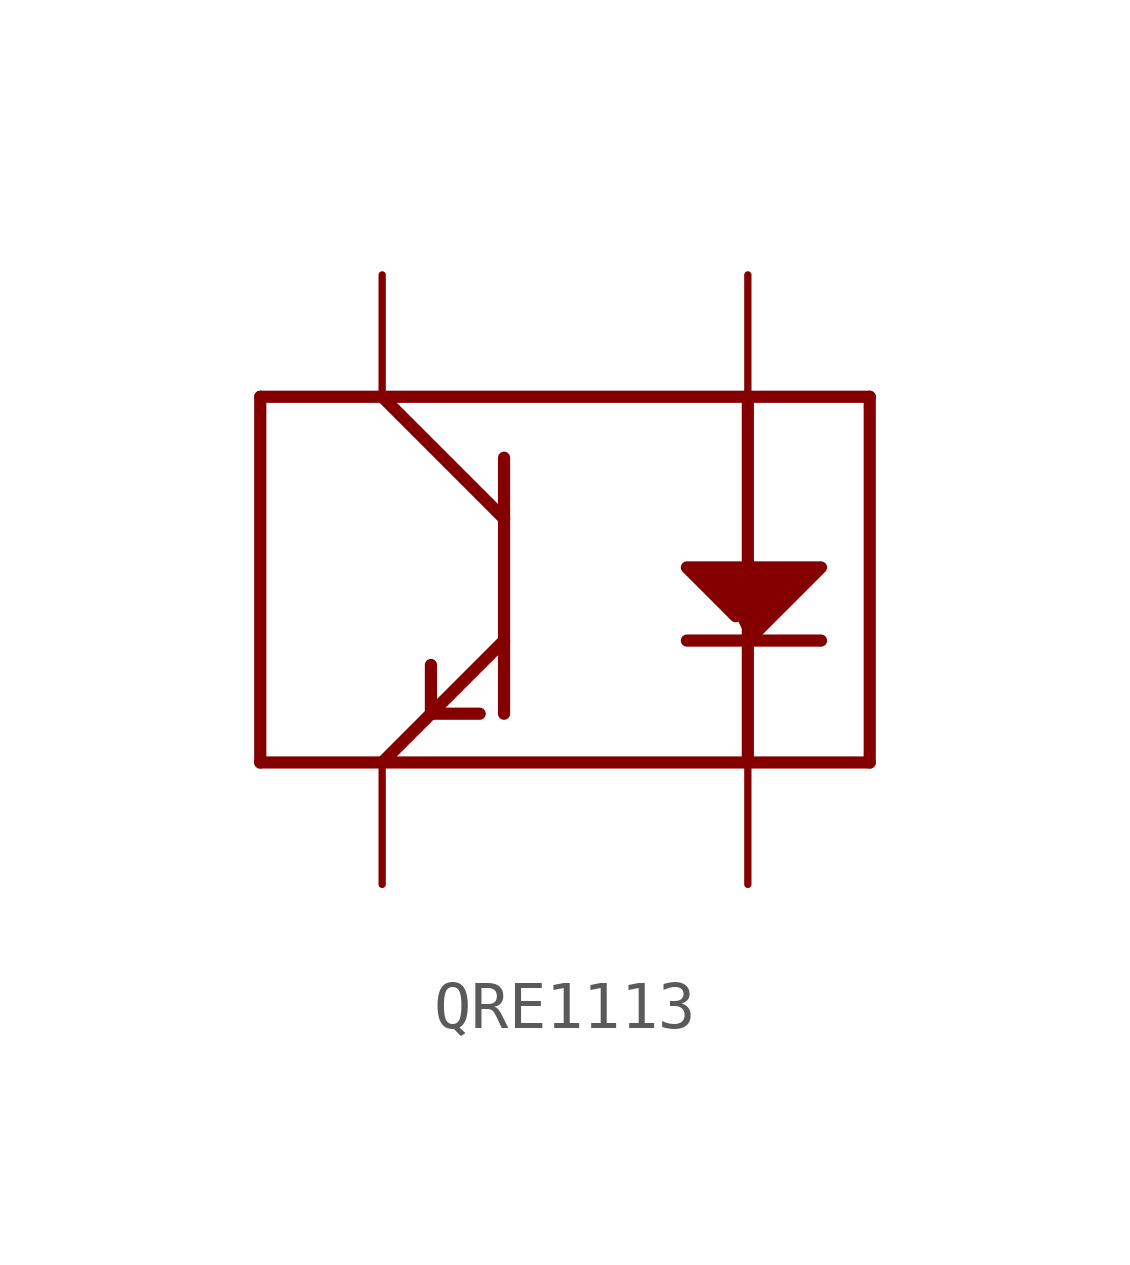
<source format=kicad_sym>
(kicad_symbol_lib
  (version 20220914)
  (generator kicad_symbol_editor)
  (symbol "QRE1113"
    (property "Reference" ""
      (at -1.27 -7.112 0)
      (effects (font (size 1.778 1.511)) (justify left bottom) hide))
    (property "ki_locked" ""
      (at 0 0 0)
      (effects (font (size 1.27 1.27))))
    (symbol "QRE1113_1_0"
      (polyline (pts (xy -5.08 -5.08) (xy -2.54 -5.08)) (stroke (width 0.254) (type solid)) (fill (type none)))
      (polyline (pts (xy -5.08 2.54) (xy -5.08 -5.08)) (stroke (width 0.254) (type solid)) (fill (type none)))
      (polyline (pts (xy -2.54 -5.08) (xy 5.08 -5.08)) (stroke (width 0.254) (type solid)) (fill (type none)))
      (polyline (pts (xy -2.54 2.54) (xy -5.08 2.54)) (stroke (width 0.254) (type solid)) (fill (type none)))
      (polyline (pts (xy -2.54 2.54) (xy 0 0)) (stroke (width 0.254) (type solid)) (fill (type none)))
      (polyline (pts (xy -1.524 -4.064) (xy -2.54 -5.08)) (stroke (width 0.254) (type solid)) (fill (type none)))
      (polyline (pts (xy -1.524 -4.064) (xy -1.524 -3.048)) (stroke (width 0.254) (type solid)) (fill (type none)))
      (polyline (pts (xy -1.524 -4.064) (xy -0.508 -4.064)) (stroke (width 0.254) (type solid)) (fill (type none)))
      (polyline (pts (xy 0 -2.54) (xy -1.524 -4.064)) (stroke (width 0.254) (type solid)) (fill (type none)))
      (polyline (pts (xy 0 -2.54) (xy 0 -4.064)) (stroke (width 0.254) (type solid)) (fill (type none)))
      (polyline (pts (xy 0 0) (xy 0 -2.54)) (stroke (width 0.254) (type solid)) (fill (type none)))
      (polyline (pts (xy 0 0) (xy 0 1.27)) (stroke (width 0.254) (type solid)) (fill (type none)))
      (polyline (pts (xy 3.81 -2.54) (xy 5.08 -2.54)) (stroke (width 0.254) (type solid)) (fill (type none)))
      (polyline (pts (xy 5.08 -5.08) (xy 7.62 -5.08)) (stroke (width 0.254) (type solid)) (fill (type none)))
      (polyline (pts (xy 5.08 -2.54) (xy 5.08 -5.08)) (stroke (width 0.254) (type solid)) (fill (type none)))
      (polyline (pts (xy 5.08 -2.54) (xy 6.604 -2.54)) (stroke (width 0.254) (type solid)) (fill (type none)))
      (polyline (pts (xy 5.08 2.54) (xy -2.54 2.54)) (stroke (width 0.254) (type solid)) (fill (type none)))
      (polyline (pts (xy 5.08 2.54) (xy 5.08 -2.54)) (stroke (width 0.254) (type solid)) (fill (type none)))
      (polyline (pts (xy 7.62 -5.08) (xy 7.62 2.54)) (stroke (width 0.254) (type solid)) (fill (type none)))
      (polyline (pts (xy 7.62 2.54) (xy 5.08 2.54)) (stroke (width 0.254) (type solid)) (fill (type none)))
      (polyline (pts (xy 5.08 -2.54) (xy 6.604 -1.016) (xy 3.81 -1.016) (xy 4.826 -2.032)) (stroke (width 0.254) (type solid)) (fill (type outline)))
      (pin bidirectional line (at 5.08 5.08 270) (length 2.54) (name "A" (effects (font (size 0 0)))) (number "1" (effects (font (size 0 0)))))
      (pin bidirectional line (at 5.08 -7.62 90) (length 2.54) (name "K" (effects (font (size 0 0)))) (number "2" (effects (font (size 0 0)))))
      (pin bidirectional line (at -2.54 5.08 270) (length 2.54) (name "C" (effects (font (size 0 0)))) (number "3" (effects (font (size 0 0)))))
      (pin bidirectional line (at -2.54 -7.62 90) (length 2.54) (name "E" (effects (font (size 0 0)))) (number "4" (effects (font (size 0 0))))))))
</source>
